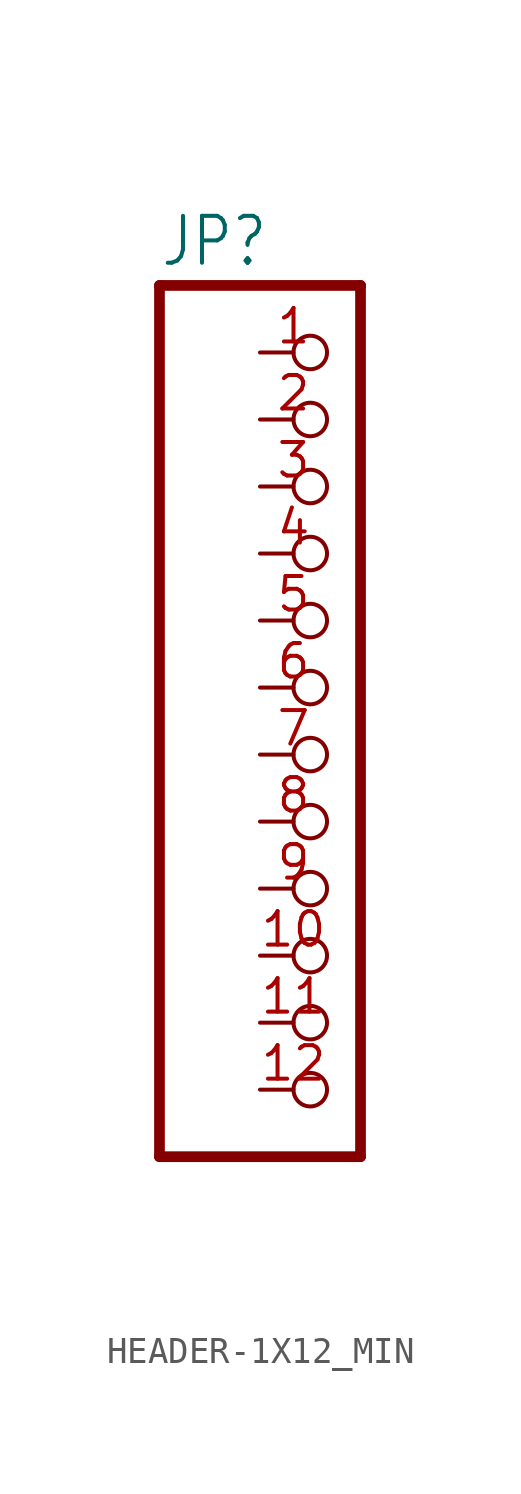
<source format=kicad_sym>
(kicad_symbol_lib
  (version 20231120)
  (generator "kicad_symbol_editor")
  (generator_version "8.0")
  (symbol "HEADER-1X12_MIN"
    (property "Reference" "JP"
      (at -6.35 18.415 0)
      (effects (font (size 1.778 1.511)) (justify left bottom)))
    (property "Value" ""
      (at -6.35 -17.78 0)
      (effects (font (size 1.778 1.511)) (justify left bottom)))
    (property "ki_locked" ""
      (at 0 0 0)
      (effects (font (size 1.27 1.27))))
    (symbol "HEADER-1X12_MIN_1_0"
      (polyline (pts (xy -6.35 -15.24) (xy 1.27 -15.24)) (stroke (width 0.406) (type solid)) (fill (type none)))
      (polyline (pts (xy -6.35 17.78) (xy -6.35 -15.24)) (stroke (width 0.406) (type solid)) (fill (type none)))
      (polyline (pts (xy 1.27 -15.24) (xy 1.27 17.78)) (stroke (width 0.406) (type solid)) (fill (type none)))
      (polyline (pts (xy 1.27 17.78) (xy -6.35 17.78)) (stroke (width 0.406) (type solid)) (fill (type none)))
      (pin passive inverted (at -2.54 15.24 0) (length 2.54) (name "1" (effects (font (size 0 0)))) (number "1" (effects (font (size 1.27 1.27)))))
      (pin passive inverted (at -2.54 -7.62 0) (length 2.54) (name "10" (effects (font (size 0 0)))) (number "10" (effects (font (size 1.27 1.27)))))
      (pin passive inverted (at -2.54 -10.16 0) (length 2.54) (name "11" (effects (font (size 0 0)))) (number "11" (effects (font (size 1.27 1.27)))))
      (pin passive inverted (at -2.54 -12.7 0) (length 2.54) (name "12" (effects (font (size 0 0)))) (number "12" (effects (font (size 1.27 1.27)))))
      (pin passive inverted (at -2.54 12.7 0) (length 2.54) (name "2" (effects (font (size 0 0)))) (number "2" (effects (font (size 1.27 1.27)))))
      (pin passive inverted (at -2.54 10.16 0) (length 2.54) (name "3" (effects (font (size 0 0)))) (number "3" (effects (font (size 1.27 1.27)))))
      (pin passive inverted (at -2.54 7.62 0) (length 2.54) (name "4" (effects (font (size 0 0)))) (number "4" (effects (font (size 1.27 1.27)))))
      (pin passive inverted (at -2.54 5.08 0) (length 2.54) (name "5" (effects (font (size 0 0)))) (number "5" (effects (font (size 1.27 1.27)))))
      (pin passive inverted (at -2.54 2.54 0) (length 2.54) (name "6" (effects (font (size 0 0)))) (number "6" (effects (font (size 1.27 1.27)))))
      (pin passive inverted (at -2.54 0 0) (length 2.54) (name "7" (effects (font (size 0 0)))) (number "7" (effects (font (size 1.27 1.27)))))
      (pin passive inverted (at -2.54 -2.54 0) (length 2.54) (name "8" (effects (font (size 0 0)))) (number "8" (effects (font (size 1.27 1.27)))))
      (pin passive inverted (at -2.54 -5.08 0) (length 2.54) (name "9" (effects (font (size 0 0)))) (number "9" (effects (font (size 1.27 1.27))))))))
</source>
